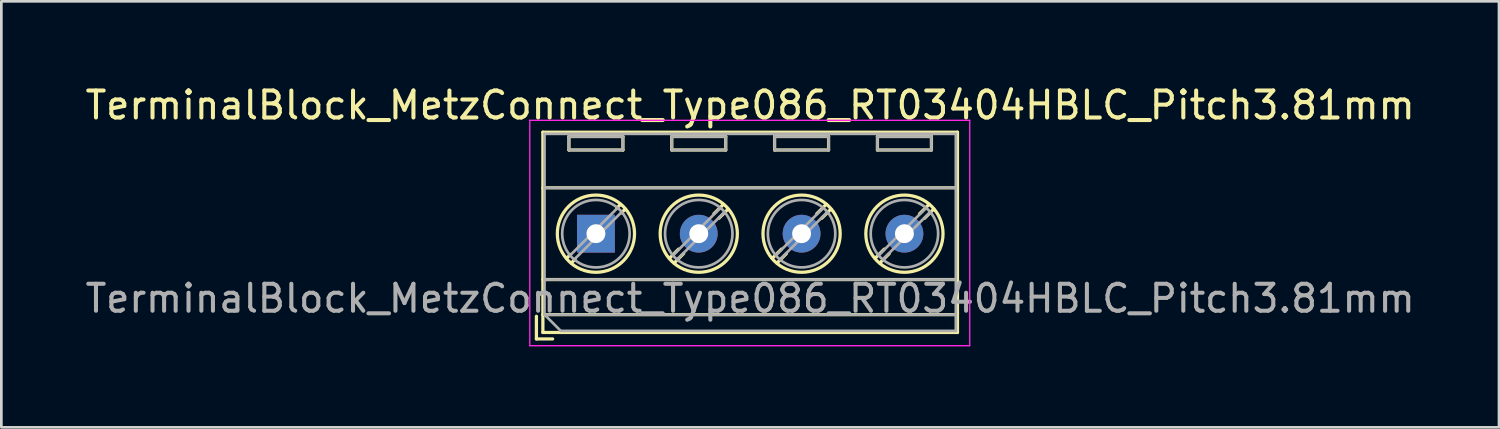
<source format=kicad_pcb>
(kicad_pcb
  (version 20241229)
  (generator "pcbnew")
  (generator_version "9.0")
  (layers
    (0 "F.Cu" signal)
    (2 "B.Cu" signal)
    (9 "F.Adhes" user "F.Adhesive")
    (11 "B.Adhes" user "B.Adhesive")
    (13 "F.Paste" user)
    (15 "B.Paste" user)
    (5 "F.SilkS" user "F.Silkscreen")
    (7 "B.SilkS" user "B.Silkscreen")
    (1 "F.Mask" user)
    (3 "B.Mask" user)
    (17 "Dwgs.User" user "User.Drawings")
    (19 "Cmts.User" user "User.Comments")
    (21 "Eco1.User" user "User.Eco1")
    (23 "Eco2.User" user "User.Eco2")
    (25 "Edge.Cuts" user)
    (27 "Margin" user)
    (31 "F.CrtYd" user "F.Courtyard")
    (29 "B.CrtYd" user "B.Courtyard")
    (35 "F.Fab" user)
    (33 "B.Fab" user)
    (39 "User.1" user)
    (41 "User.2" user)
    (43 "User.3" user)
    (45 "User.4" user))
  (footprint "TerminalBlock_MetzConnect_Type086_RT03404HBLC_Pitch3.81mm"
    (layer "F.Cu")
    (at 19.029 5.608)
    (property "Reference" "TerminalBlock_MetzConnect_Type086_RT03404HBLC_Pitch3.81mm" (at 5.715 -4.76 0) (layer "F.SilkS") (effects (font (size 1 1) (thickness 0.15))))
    (attr through_hole)
    (fp_line (start -2.205 3.06) (end -2.205 3.9) (stroke (width 0.12) (type solid)) (layer "F.SilkS"))
    (fp_line (start -2.205 3.9) (end -1.605 3.9) (stroke (width 0.12) (type solid)) (layer "F.SilkS"))
    (fp_line (start -1.965 -3.76) (end -1.965 3.66) (stroke (width 0.12) (type solid)) (layer "F.SilkS"))
    (fp_line (start -1.965 -1.7) (end 13.395 -1.7) (stroke (width 0.12) (type solid)) (layer "F.SilkS"))
    (fp_line (start -1.965 1.7) (end 13.395 1.7) (stroke (width 0.12) (type solid)) (layer "F.SilkS"))
    (fp_line (start -1.965 3) (end 13.395 3) (stroke (width 0.12) (type solid)) (layer "F.SilkS"))
    (fp_line (start -1.965 3.66) (end 13.395 3.66) (stroke (width 0.12) (type solid)) (layer "F.SilkS"))
    (fp_line (start -1 -3.6) (end -1 -3.1) (stroke (width 0.12) (type solid)) (layer "F.SilkS"))
    (fp_line (start -1 -3.6) (end 1 -3.6) (stroke (width 0.12) (type solid)) (layer "F.SilkS"))
    (fp_line (start -1 -3.1) (end 1 -3.1) (stroke (width 0.12) (type solid)) (layer "F.SilkS"))
    (fp_line (start -0.946 0.771) (end -1.085 0.91) (stroke (width 0.12) (type solid)) (layer "F.SilkS"))
    (fp_line (start -0.771 0.945) (end -0.911 1.085) (stroke (width 0.12) (type solid)) (layer "F.SilkS"))
    (fp_line (start 0.911 -1.085) (end 0.771 -0.945) (stroke (width 0.12) (type solid)) (layer "F.SilkS"))
    (fp_line (start 1 -3.6) (end 1 -3.1) (stroke (width 0.12) (type solid)) (layer "F.SilkS"))
    (fp_line (start 1.085 -0.91) (end 0.945 -0.771) (stroke (width 0.12) (type solid)) (layer "F.SilkS"))
    (fp_line (start 2.81 -3.6) (end 2.81 -3.1) (stroke (width 0.12) (type solid)) (layer "F.SilkS"))
    (fp_line (start 2.81 -3.6) (end 4.81 -3.6) (stroke (width 0.12) (type solid)) (layer "F.SilkS"))
    (fp_line (start 2.81 -3.1) (end 4.81 -3.1) (stroke (width 0.12) (type solid)) (layer "F.SilkS"))
    (fp_line (start 3.065 0.571) (end 2.726 0.91) (stroke (width 0.12) (type solid)) (layer "F.SilkS"))
    (fp_line (start 3.249 0.736) (end 2.9 1.085) (stroke (width 0.12) (type solid)) (layer "F.SilkS"))
    (fp_line (start 4.721 -1.085) (end 4.371 -0.736) (stroke (width 0.12) (type solid)) (layer "F.SilkS"))
    (fp_line (start 4.81 -3.6) (end 4.81 -3.1) (stroke (width 0.12) (type solid)) (layer "F.SilkS"))
    (fp_line (start 4.895 -0.91) (end 4.556 -0.571) (stroke (width 0.12) (type solid)) (layer "F.SilkS"))
    (fp_line (start 6.62 -3.6) (end 6.62 -3.1) (stroke (width 0.12) (type solid)) (layer "F.SilkS"))
    (fp_line (start 6.62 -3.6) (end 8.62 -3.6) (stroke (width 0.12) (type solid)) (layer "F.SilkS"))
    (fp_line (start 6.62 -3.1) (end 8.62 -3.1) (stroke (width 0.12) (type solid)) (layer "F.SilkS"))
    (fp_line (start 6.875 0.571) (end 6.536 0.91) (stroke (width 0.12) (type solid)) (layer "F.SilkS"))
    (fp_line (start 7.059 0.736) (end 6.71 1.085) (stroke (width 0.12) (type solid)) (layer "F.SilkS"))
    (fp_line (start 8.531 -1.085) (end 8.181 -0.736) (stroke (width 0.12) (type solid)) (layer "F.SilkS"))
    (fp_line (start 8.62 -3.6) (end 8.62 -3.1) (stroke (width 0.12) (type solid)) (layer "F.SilkS"))
    (fp_line (start 8.705 -0.91) (end 8.366 -0.571) (stroke (width 0.12) (type solid)) (layer "F.SilkS"))
    (fp_line (start 10.43 -3.6) (end 10.43 -3.1) (stroke (width 0.12) (type solid)) (layer "F.SilkS"))
    (fp_line (start 10.43 -3.6) (end 12.43 -3.6) (stroke (width 0.12) (type solid)) (layer "F.SilkS"))
    (fp_line (start 10.43 -3.1) (end 12.43 -3.1) (stroke (width 0.12) (type solid)) (layer "F.SilkS"))
    (fp_line (start 10.685 0.571) (end 10.346 0.91) (stroke (width 0.12) (type solid)) (layer "F.SilkS"))
    (fp_line (start 10.869 0.736) (end 10.52 1.085) (stroke (width 0.12) (type solid)) (layer "F.SilkS"))
    (fp_line (start 12.341 -1.085) (end 11.991 -0.736) (stroke (width 0.12) (type solid)) (layer "F.SilkS"))
    (fp_line (start 12.43 -3.6) (end 12.43 -3.1) (stroke (width 0.12) (type solid)) (layer "F.SilkS"))
    (fp_line (start 12.515 -0.91) (end 12.176 -0.571) (stroke (width 0.12) (type solid)) (layer "F.SilkS"))
    (fp_line (start 13.395 -3.76) (end -1.965 -3.76) (stroke (width 0.12) (type solid)) (layer "F.SilkS"))
    (fp_line (start 13.395 3.66) (end 13.395 -3.76) (stroke (width 0.12) (type solid)) (layer "F.SilkS"))
    (fp_circle (center 0 0) (end 1.43 0) (stroke (width 0.12) (type solid)) (fill no) (layer "F.SilkS"))
    (fp_circle (center 3.81 0) (end 5.24 0) (stroke (width 0.12) (type solid)) (fill no) (layer "F.SilkS"))
    (fp_circle (center 7.62 0) (end 9.05 0) (stroke (width 0.12) (type solid)) (fill no) (layer "F.SilkS"))
    (fp_circle (center 11.43 0) (end 12.86 0) (stroke (width 0.12) (type solid)) (fill no) (layer "F.SilkS"))
    (fp_line (start -2.45 -4.2) (end -2.45 4.15) (stroke (width 0.05) (type solid)) (layer "F.CrtYd"))
    (fp_line (start -2.45 4.15) (end 13.85 4.15) (stroke (width 0.05) (type solid)) (layer "F.CrtYd"))
    (fp_line (start 13.85 -4.2) (end -2.45 -4.2) (stroke (width 0.05) (type solid)) (layer "F.CrtYd"))
    (fp_line (start 13.85 4.15) (end 13.85 -4.2) (stroke (width 0.05) (type solid)) (layer "F.CrtYd"))
    (fp_line (start -1.905 -3.7) (end 13.335 -3.7) (stroke (width 0.1) (type solid)) (layer "F.Fab"))
    (fp_line (start -1.905 -1.7) (end 13.335 -1.7) (stroke (width 0.1) (type solid)) (layer "F.Fab"))
    (fp_line (start -1.905 1.7) (end 13.335 1.7) (stroke (width 0.1) (type solid)) (layer "F.Fab"))
    (fp_line (start -1.905 3) (end -1.905 -3.7) (stroke (width 0.1) (type solid)) (layer "F.Fab"))
    (fp_line (start -1.905 3) (end 13.335 3) (stroke (width 0.1) (type solid)) (layer "F.Fab"))
    (fp_line (start -1.305 3.6) (end -1.905 3) (stroke (width 0.1) (type solid)) (layer "F.Fab"))
    (fp_line (start -1 -3.6) (end -1 -3.1) (stroke (width 0.1) (type solid)) (layer "F.Fab"))
    (fp_line (start -1 -3.1) (end 1 -3.1) (stroke (width 0.1) (type solid)) (layer "F.Fab"))
    (fp_line (start 0.796 -0.948) (end -0.949 0.796) (stroke (width 0.1) (type solid)) (layer "F.Fab"))
    (fp_line (start 0.949 -0.796) (end -0.796 0.948) (stroke (width 0.1) (type solid)) (layer "F.Fab"))
    (fp_line (start 1 -3.6) (end -1 -3.6) (stroke (width 0.1) (type solid)) (layer "F.Fab"))
    (fp_line (start 1 -3.1) (end 1 -3.6) (stroke (width 0.1) (type solid)) (layer "F.Fab"))
    (fp_line (start 2.81 -3.6) (end 2.81 -3.1) (stroke (width 0.1) (type solid)) (layer "F.Fab"))
    (fp_line (start 2.81 -3.1) (end 4.81 -3.1) (stroke (width 0.1) (type solid)) (layer "F.Fab"))
    (fp_line (start 4.606 -0.948) (end 2.862 0.796) (stroke (width 0.1) (type solid)) (layer "F.Fab"))
    (fp_line (start 4.759 -0.796) (end 3.015 0.948) (stroke (width 0.1) (type solid)) (layer "F.Fab"))
    (fp_line (start 4.81 -3.6) (end 2.81 -3.6) (stroke (width 0.1) (type solid)) (layer "F.Fab"))
    (fp_line (start 4.81 -3.1) (end 4.81 -3.6) (stroke (width 0.1) (type solid)) (layer "F.Fab"))
    (fp_line (start 6.62 -3.6) (end 6.62 -3.1) (stroke (width 0.1) (type solid)) (layer "F.Fab"))
    (fp_line (start 6.62 -3.1) (end 8.62 -3.1) (stroke (width 0.1) (type solid)) (layer "F.Fab"))
    (fp_line (start 8.416 -0.948) (end 6.672 0.796) (stroke (width 0.1) (type solid)) (layer "F.Fab"))
    (fp_line (start 8.569 -0.796) (end 6.825 0.948) (stroke (width 0.1) (type solid)) (layer "F.Fab"))
    (fp_line (start 8.62 -3.6) (end 6.62 -3.6) (stroke (width 0.1) (type solid)) (layer "F.Fab"))
    (fp_line (start 8.62 -3.1) (end 8.62 -3.6) (stroke (width 0.1) (type solid)) (layer "F.Fab"))
    (fp_line (start 10.43 -3.6) (end 10.43 -3.1) (stroke (width 0.1) (type solid)) (layer "F.Fab"))
    (fp_line (start 10.43 -3.1) (end 12.43 -3.1) (stroke (width 0.1) (type solid)) (layer "F.Fab"))
    (fp_line (start 12.226 -0.948) (end 10.482 0.796) (stroke (width 0.1) (type solid)) (layer "F.Fab"))
    (fp_line (start 12.379 -0.796) (end 10.635 0.948) (stroke (width 0.1) (type solid)) (layer "F.Fab"))
    (fp_line (start 12.43 -3.6) (end 10.43 -3.6) (stroke (width 0.1) (type solid)) (layer "F.Fab"))
    (fp_line (start 12.43 -3.1) (end 12.43 -3.6) (stroke (width 0.1) (type solid)) (layer "F.Fab"))
    (fp_line (start 13.335 -3.7) (end 13.335 3.6) (stroke (width 0.1) (type solid)) (layer "F.Fab"))
    (fp_line (start 13.335 3.6) (end -1.305 3.6) (stroke (width 0.1) (type solid)) (layer "F.Fab"))
    (fp_circle (center 0 0) (end 1.25 0) (stroke (width 0.1) (type solid)) (fill no) (layer "F.Fab"))
    (fp_circle (center 3.81 0) (end 5.06 0) (stroke (width 0.1) (type solid)) (fill no) (layer "F.Fab"))
    (fp_circle (center 7.62 0) (end 8.87 0) (stroke (width 0.1) (type solid)) (fill no) (layer "F.Fab"))
    (fp_circle (center 11.43 0) (end 12.68 0) (stroke (width 0.1) (type solid)) (fill no) (layer "F.Fab"))
    (fp_text user "${REFERENCE}" (at 5.715 2.4 0) (layer "F.Fab") (effects (font (size 1 1) (thickness 0.15))))
    (pad "1" thru_hole rect (at 0 0) (size 1.4 1.4) (drill 0.7) (layers "*.Cu" "*.Mask"))
    (pad "2" thru_hole oval (at 3.81 0) (size 1.4 1.4) (drill 0.7) (layers "*.Cu" "*.Mask"))
    (pad "3" thru_hole oval (at 7.62 0) (size 1.4 1.4) (drill 0.7) (layers "*.Cu" "*.Mask"))
    (pad "4" thru_hole oval (at 11.43 0) (size 1.4 1.4) (drill 0.7) (layers "*.Cu" "*.Mask")))
  (gr_rect
    (start -3 -3)
    (end 52.488 12.783)
    (stroke (width 0.1) (type default))
    (fill no)
    (layer "Edge.Cuts")))
</source>
